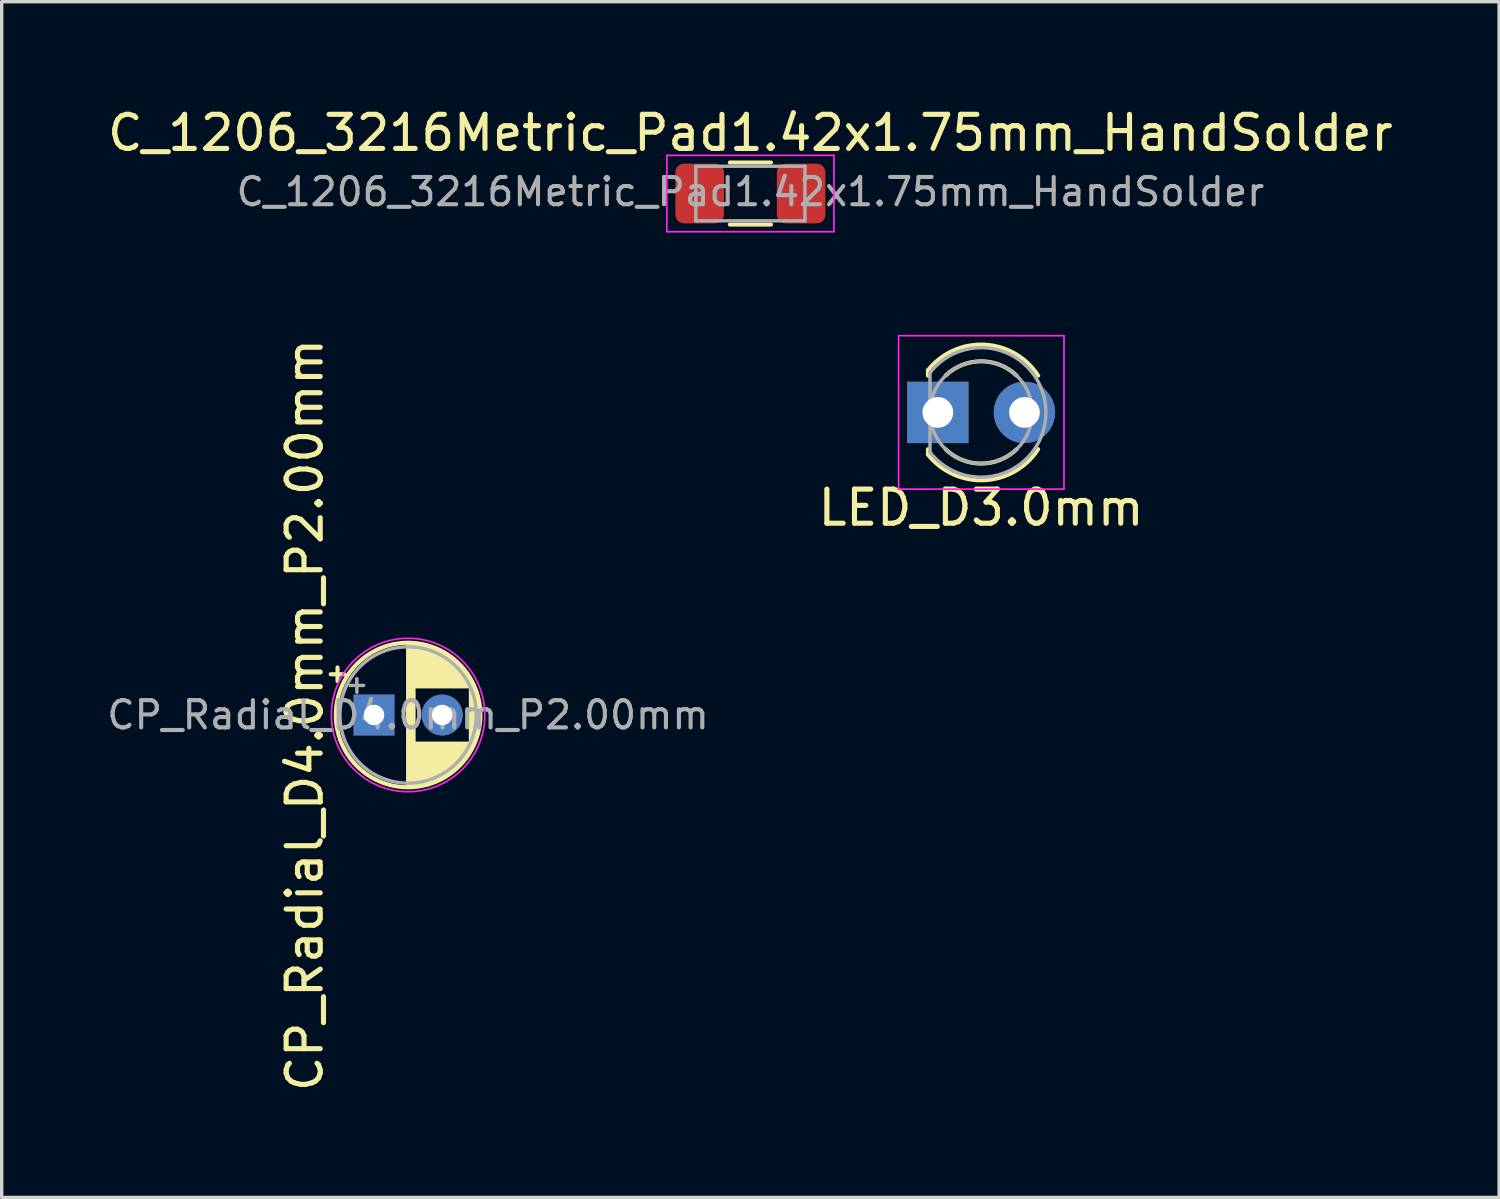
<source format=kicad_pcb>
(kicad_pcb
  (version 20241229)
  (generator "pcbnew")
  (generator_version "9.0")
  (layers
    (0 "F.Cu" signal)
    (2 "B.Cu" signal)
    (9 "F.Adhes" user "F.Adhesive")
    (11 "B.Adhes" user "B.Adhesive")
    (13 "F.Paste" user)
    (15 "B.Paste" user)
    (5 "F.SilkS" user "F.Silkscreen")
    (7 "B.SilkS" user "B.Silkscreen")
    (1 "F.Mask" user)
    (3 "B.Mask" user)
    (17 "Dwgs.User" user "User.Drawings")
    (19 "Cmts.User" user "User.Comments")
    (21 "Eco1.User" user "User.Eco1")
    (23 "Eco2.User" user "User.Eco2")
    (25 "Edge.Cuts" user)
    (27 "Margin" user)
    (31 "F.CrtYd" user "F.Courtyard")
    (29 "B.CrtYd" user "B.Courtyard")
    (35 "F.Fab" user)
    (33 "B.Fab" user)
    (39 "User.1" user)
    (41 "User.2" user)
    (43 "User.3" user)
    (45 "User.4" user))
  (footprint "LED_D3.0mm"
    (layer "F.Cu")
    (at 24.455 9.046)
    (property "Reference" "LED_D3.0mm" (at 1.27 2.794 0) (layer "F.SilkS") (effects (font (size 1 1) (thickness 0.15))))
    (attr through_hole)
    (fp_line (start -0.29 -1.236) (end -0.29 -1.08) (stroke (width 0.12) (type solid)) (layer "F.SilkS"))
    (fp_line (start -0.29 1.08) (end -0.29 1.236) (stroke (width 0.12) (type solid)) (layer "F.SilkS"))
    (fp_arc (start -0.29 -1.235516) (mid 1.366487 -1.987659) (end 2.942335 -1.078608) (stroke (width 0.12) (type solid)) (layer "F.SilkS"))
    (fp_arc (start 0.229039 -1.08) (mid 1.270117 -1.5) (end 2.31113 -1.079837) (stroke (width 0.12) (type solid)) (layer "F.SilkS"))
    (fp_arc (start 2.31113 1.079837) (mid 1.270117 1.5) (end 0.229039 1.08) (stroke (width 0.12) (type solid)) (layer "F.SilkS"))
    (fp_arc (start 2.942335 1.078608) (mid 1.366487 1.987659) (end -0.29 1.235516) (stroke (width 0.12) (type solid)) (layer "F.SilkS"))
    (fp_line (start -1.15 -2.25) (end -1.15 2.25) (stroke (width 0.05) (type solid)) (layer "F.CrtYd"))
    (fp_line (start -1.15 2.25) (end 3.7 2.25) (stroke (width 0.05) (type solid)) (layer "F.CrtYd"))
    (fp_line (start 3.7 -2.25) (end -1.15 -2.25) (stroke (width 0.05) (type solid)) (layer "F.CrtYd"))
    (fp_line (start 3.7 2.25) (end 3.7 -2.25) (stroke (width 0.05) (type solid)) (layer "F.CrtYd"))
    (fp_line (start -0.23 -1.166) (end -0.23 1.166) (stroke (width 0.1) (type solid)) (layer "F.Fab"))
    (fp_arc (start -0.23 -1.16619) (mid 3.17 0.000452) (end -0.230555 1.165476) (stroke (width 0.1) (type solid)) (layer "F.Fab"))
    (fp_circle (center 1.27 0) (end 2.77 0) (stroke (width 0.1) (type solid)) (fill no) (layer "F.Fab"))
    (pad "1" thru_hole rect (at 0 0) (size 1.8 1.8) (drill 0.9) (layers "*.Cu" "*.Mask"))
    (pad "2" thru_hole circle (at 2.54 0) (size 1.8 1.8) (drill 0.9) (layers "*.Cu" "*.Mask")))
  (footprint "CP_Radial_D4.0mm_P2.00mm"
    (layer "F.Cu")
    (at 7.919 17.92)
    (property "Reference" "CP_Radial_D4.0mm_P2.00mm" (at -2.032 0 270) (layer "F.SilkS") (effects (font (size 1 1) (thickness 0.15))))
    (attr through_hole)
    (fp_line (start -1.27 -1.195) (end -0.87 -1.195) (stroke (width 0.12) (type solid)) (layer "F.SilkS"))
    (fp_line (start -1.07 -1.395) (end -1.07 -0.995) (stroke (width 0.12) (type solid)) (layer "F.SilkS"))
    (fp_line (start 1 -2.08) (end 1 2.08) (stroke (width 0.12) (type solid)) (layer "F.SilkS"))
    (fp_line (start 1.04 -2.08) (end 1.04 2.08) (stroke (width 0.12) (type solid)) (layer "F.SilkS"))
    (fp_line (start 1.08 -2.079) (end 1.08 2.079) (stroke (width 0.12) (type solid)) (layer "F.SilkS"))
    (fp_line (start 1.12 -2.077) (end 1.12 2.077) (stroke (width 0.12) (type solid)) (layer "F.SilkS"))
    (fp_line (start 1.16 -2.074) (end 1.16 2.074) (stroke (width 0.12) (type solid)) (layer "F.SilkS"))
    (fp_line (start 1.2 -2.071) (end 1.2 -0.84) (stroke (width 0.12) (type solid)) (layer "F.SilkS"))
    (fp_line (start 1.2 0.84) (end 1.2 2.071) (stroke (width 0.12) (type solid)) (layer "F.SilkS"))
    (fp_line (start 1.24 -2.067) (end 1.24 -0.84) (stroke (width 0.12) (type solid)) (layer "F.SilkS"))
    (fp_line (start 1.24 0.84) (end 1.24 2.067) (stroke (width 0.12) (type solid)) (layer "F.SilkS"))
    (fp_line (start 1.28 -2.062) (end 1.28 -0.84) (stroke (width 0.12) (type solid)) (layer "F.SilkS"))
    (fp_line (start 1.28 0.84) (end 1.28 2.062) (stroke (width 0.12) (type solid)) (layer "F.SilkS"))
    (fp_line (start 1.32 -2.056) (end 1.32 -0.84) (stroke (width 0.12) (type solid)) (layer "F.SilkS"))
    (fp_line (start 1.32 0.84) (end 1.32 2.056) (stroke (width 0.12) (type solid)) (layer "F.SilkS"))
    (fp_line (start 1.36 -2.05) (end 1.36 -0.84) (stroke (width 0.12) (type solid)) (layer "F.SilkS"))
    (fp_line (start 1.36 0.84) (end 1.36 2.05) (stroke (width 0.12) (type solid)) (layer "F.SilkS"))
    (fp_line (start 1.4 -2.042) (end 1.4 -0.84) (stroke (width 0.12) (type solid)) (layer "F.SilkS"))
    (fp_line (start 1.4 0.84) (end 1.4 2.042) (stroke (width 0.12) (type solid)) (layer "F.SilkS"))
    (fp_line (start 1.44 -2.034) (end 1.44 -0.84) (stroke (width 0.12) (type solid)) (layer "F.SilkS"))
    (fp_line (start 1.44 0.84) (end 1.44 2.034) (stroke (width 0.12) (type solid)) (layer "F.SilkS"))
    (fp_line (start 1.48 -2.025) (end 1.48 -0.84) (stroke (width 0.12) (type solid)) (layer "F.SilkS"))
    (fp_line (start 1.48 0.84) (end 1.48 2.025) (stroke (width 0.12) (type solid)) (layer "F.SilkS"))
    (fp_line (start 1.52 -2.016) (end 1.52 -0.84) (stroke (width 0.12) (type solid)) (layer "F.SilkS"))
    (fp_line (start 1.52 0.84) (end 1.52 2.016) (stroke (width 0.12) (type solid)) (layer "F.SilkS"))
    (fp_line (start 1.56 -2.005) (end 1.56 -0.84) (stroke (width 0.12) (type solid)) (layer "F.SilkS"))
    (fp_line (start 1.56 0.84) (end 1.56 2.005) (stroke (width 0.12) (type solid)) (layer "F.SilkS"))
    (fp_line (start 1.6 -1.994) (end 1.6 -0.84) (stroke (width 0.12) (type solid)) (layer "F.SilkS"))
    (fp_line (start 1.6 0.84) (end 1.6 1.994) (stroke (width 0.12) (type solid)) (layer "F.SilkS"))
    (fp_line (start 1.64 -1.982) (end 1.64 -0.84) (stroke (width 0.12) (type solid)) (layer "F.SilkS"))
    (fp_line (start 1.64 0.84) (end 1.64 1.982) (stroke (width 0.12) (type solid)) (layer "F.SilkS"))
    (fp_line (start 1.68 -1.968) (end 1.68 -0.84) (stroke (width 0.12) (type solid)) (layer "F.SilkS"))
    (fp_line (start 1.68 0.84) (end 1.68 1.968) (stroke (width 0.12) (type solid)) (layer "F.SilkS"))
    (fp_line (start 1.721 -1.954) (end 1.721 -0.84) (stroke (width 0.12) (type solid)) (layer "F.SilkS"))
    (fp_line (start 1.721 0.84) (end 1.721 1.954) (stroke (width 0.12) (type solid)) (layer "F.SilkS"))
    (fp_line (start 1.761 -1.94) (end 1.761 -0.84) (stroke (width 0.12) (type solid)) (layer "F.SilkS"))
    (fp_line (start 1.761 0.84) (end 1.761 1.94) (stroke (width 0.12) (type solid)) (layer "F.SilkS"))
    (fp_line (start 1.801 -1.924) (end 1.801 -0.84) (stroke (width 0.12) (type solid)) (layer "F.SilkS"))
    (fp_line (start 1.801 0.84) (end 1.801 1.924) (stroke (width 0.12) (type solid)) (layer "F.SilkS"))
    (fp_line (start 1.841 -1.907) (end 1.841 -0.84) (stroke (width 0.12) (type solid)) (layer "F.SilkS"))
    (fp_line (start 1.841 0.84) (end 1.841 1.907) (stroke (width 0.12) (type solid)) (layer "F.SilkS"))
    (fp_line (start 1.881 -1.889) (end 1.881 -0.84) (stroke (width 0.12) (type solid)) (layer "F.SilkS"))
    (fp_line (start 1.881 0.84) (end 1.881 1.889) (stroke (width 0.12) (type solid)) (layer "F.SilkS"))
    (fp_line (start 1.921 -1.87) (end 1.921 -0.84) (stroke (width 0.12) (type solid)) (layer "F.SilkS"))
    (fp_line (start 1.921 0.84) (end 1.921 1.87) (stroke (width 0.12) (type solid)) (layer "F.SilkS"))
    (fp_line (start 1.961 -1.851) (end 1.961 -0.84) (stroke (width 0.12) (type solid)) (layer "F.SilkS"))
    (fp_line (start 1.961 0.84) (end 1.961 1.851) (stroke (width 0.12) (type solid)) (layer "F.SilkS"))
    (fp_line (start 2.001 -1.83) (end 2.001 -0.84) (stroke (width 0.12) (type solid)) (layer "F.SilkS"))
    (fp_line (start 2.001 0.84) (end 2.001 1.83) (stroke (width 0.12) (type solid)) (layer "F.SilkS"))
    (fp_line (start 2.041 -1.808) (end 2.041 -0.84) (stroke (width 0.12) (type solid)) (layer "F.SilkS"))
    (fp_line (start 2.041 0.84) (end 2.041 1.808) (stroke (width 0.12) (type solid)) (layer "F.SilkS"))
    (fp_line (start 2.081 -1.785) (end 2.081 -0.84) (stroke (width 0.12) (type solid)) (layer "F.SilkS"))
    (fp_line (start 2.081 0.84) (end 2.081 1.785) (stroke (width 0.12) (type solid)) (layer "F.SilkS"))
    (fp_line (start 2.121 -1.76) (end 2.121 -0.84) (stroke (width 0.12) (type solid)) (layer "F.SilkS"))
    (fp_line (start 2.121 0.84) (end 2.121 1.76) (stroke (width 0.12) (type solid)) (layer "F.SilkS"))
    (fp_line (start 2.161 -1.735) (end 2.161 -0.84) (stroke (width 0.12) (type solid)) (layer "F.SilkS"))
    (fp_line (start 2.161 0.84) (end 2.161 1.735) (stroke (width 0.12) (type solid)) (layer "F.SilkS"))
    (fp_line (start 2.201 -1.708) (end 2.201 -0.84) (stroke (width 0.12) (type solid)) (layer "F.SilkS"))
    (fp_line (start 2.201 0.84) (end 2.201 1.708) (stroke (width 0.12) (type solid)) (layer "F.SilkS"))
    (fp_line (start 2.241 -1.68) (end 2.241 -0.84) (stroke (width 0.12) (type solid)) (layer "F.SilkS"))
    (fp_line (start 2.241 0.84) (end 2.241 1.68) (stroke (width 0.12) (type solid)) (layer "F.SilkS"))
    (fp_line (start 2.281 -1.65) (end 2.281 -0.84) (stroke (width 0.12) (type solid)) (layer "F.SilkS"))
    (fp_line (start 2.281 0.84) (end 2.281 1.65) (stroke (width 0.12) (type solid)) (layer "F.SilkS"))
    (fp_line (start 2.321 -1.619) (end 2.321 -0.84) (stroke (width 0.12) (type solid)) (layer "F.SilkS"))
    (fp_line (start 2.321 0.84) (end 2.321 1.619) (stroke (width 0.12) (type solid)) (layer "F.SilkS"))
    (fp_line (start 2.361 -1.587) (end 2.361 -0.84) (stroke (width 0.12) (type solid)) (layer "F.SilkS"))
    (fp_line (start 2.361 0.84) (end 2.361 1.587) (stroke (width 0.12) (type solid)) (layer "F.SilkS"))
    (fp_line (start 2.401 -1.552) (end 2.401 -0.84) (stroke (width 0.12) (type solid)) (layer "F.SilkS"))
    (fp_line (start 2.401 0.84) (end 2.401 1.552) (stroke (width 0.12) (type solid)) (layer "F.SilkS"))
    (fp_line (start 2.441 -1.516) (end 2.441 -0.84) (stroke (width 0.12) (type solid)) (layer "F.SilkS"))
    (fp_line (start 2.441 0.84) (end 2.441 1.516) (stroke (width 0.12) (type solid)) (layer "F.SilkS"))
    (fp_line (start 2.481 -1.478) (end 2.481 -0.84) (stroke (width 0.12) (type solid)) (layer "F.SilkS"))
    (fp_line (start 2.481 0.84) (end 2.481 1.478) (stroke (width 0.12) (type solid)) (layer "F.SilkS"))
    (fp_line (start 2.521 -1.438) (end 2.521 -0.84) (stroke (width 0.12) (type solid)) (layer "F.SilkS"))
    (fp_line (start 2.521 0.84) (end 2.521 1.438) (stroke (width 0.12) (type solid)) (layer "F.SilkS"))
    (fp_line (start 2.561 -1.396) (end 2.561 -0.84) (stroke (width 0.12) (type solid)) (layer "F.SilkS"))
    (fp_line (start 2.561 0.84) (end 2.561 1.396) (stroke (width 0.12) (type solid)) (layer "F.SilkS"))
    (fp_line (start 2.601 -1.351) (end 2.601 -0.84) (stroke (width 0.12) (type solid)) (layer "F.SilkS"))
    (fp_line (start 2.601 0.84) (end 2.601 1.351) (stroke (width 0.12) (type solid)) (layer "F.SilkS"))
    (fp_line (start 2.641 -1.304) (end 2.641 -0.84) (stroke (width 0.12) (type solid)) (layer "F.SilkS"))
    (fp_line (start 2.641 0.84) (end 2.641 1.304) (stroke (width 0.12) (type solid)) (layer "F.SilkS"))
    (fp_line (start 2.681 -1.254) (end 2.681 -0.84) (stroke (width 0.12) (type solid)) (layer "F.SilkS"))
    (fp_line (start 2.681 0.84) (end 2.681 1.254) (stroke (width 0.12) (type solid)) (layer "F.SilkS"))
    (fp_line (start 2.721 -1.2) (end 2.721 -0.84) (stroke (width 0.12) (type solid)) (layer "F.SilkS"))
    (fp_line (start 2.721 0.84) (end 2.721 1.2) (stroke (width 0.12) (type solid)) (layer "F.SilkS"))
    (fp_line (start 2.761 -1.142) (end 2.761 -0.84) (stroke (width 0.12) (type solid)) (layer "F.SilkS"))
    (fp_line (start 2.761 0.84) (end 2.761 1.142) (stroke (width 0.12) (type solid)) (layer "F.SilkS"))
    (fp_line (start 2.801 -1.08) (end 2.801 -0.84) (stroke (width 0.12) (type solid)) (layer "F.SilkS"))
    (fp_line (start 2.801 0.84) (end 2.801 1.08) (stroke (width 0.12) (type solid)) (layer "F.SilkS"))
    (fp_line (start 2.841 -1.013) (end 2.841 1.013) (stroke (width 0.12) (type solid)) (layer "F.SilkS"))
    (fp_line (start 2.881 -0.94) (end 2.881 0.94) (stroke (width 0.12) (type solid)) (layer "F.SilkS"))
    (fp_line (start 2.921 -0.859) (end 2.921 0.859) (stroke (width 0.12) (type solid)) (layer "F.SilkS"))
    (fp_line (start 2.961 -0.768) (end 2.961 0.768) (stroke (width 0.12) (type solid)) (layer "F.SilkS"))
    (fp_line (start 3.001 -0.664) (end 3.001 0.664) (stroke (width 0.12) (type solid)) (layer "F.SilkS"))
    (fp_line (start 3.041 -0.537) (end 3.041 0.537) (stroke (width 0.12) (type solid)) (layer "F.SilkS"))
    (fp_line (start 3.081 -0.37) (end 3.081 0.37) (stroke (width 0.12) (type solid)) (layer "F.SilkS"))
    (fp_circle (center 1 0) (end 3.12 0) (stroke (width 0.12) (type solid)) (fill no) (layer "F.SilkS"))
    (fp_circle (center 1 0) (end 3.25 0) (stroke (width 0.05) (type solid)) (fill no) (layer "F.CrtYd"))
    (fp_line (start -0.703 -0.868) (end -0.303 -0.868) (stroke (width 0.1) (type solid)) (layer "F.Fab"))
    (fp_line (start -0.503 -1.067) (end -0.503 -0.667) (stroke (width 0.1) (type solid)) (layer "F.Fab"))
    (fp_circle (center 1 0) (end 3 0) (stroke (width 0.1) (type solid)) (fill no) (layer "F.Fab"))
    (fp_text user "${REFERENCE}" (at 1 0 180) (layer "F.Fab") (effects (font (size 0.8 0.8) (thickness 0.12))))
    (pad "1" thru_hole rect (at 0 0) (size 1.2 1.2) (drill 0.6) (layers "*.Cu" "*.Mask"))
    (pad "2" thru_hole circle (at 2 0) (size 1.2 1.2) (drill 0.6) (layers "*.Cu" "*.Mask")))
  (footprint "C_1206_3216Metric_Pad1.42x1.75mm_HandSolder"
    (layer "F.Cu")
    (at 18.958 2.626)
    (property "Reference" "C_1206_3216Metric_Pad1.42x1.75mm_HandSolder" (at 0 -1.778 180) (layer "F.SilkS") (effects (font (size 1 1) (thickness 0.15))))
    (attr smd)
    (fp_line (start -0.602 -0.91) (end 0.602 -0.91) (stroke (width 0.12) (type solid)) (layer "F.SilkS"))
    (fp_line (start -0.602 0.91) (end 0.602 0.91) (stroke (width 0.12) (type solid)) (layer "F.SilkS"))
    (fp_line (start -2.45 -1.12) (end 2.45 -1.12) (stroke (width 0.05) (type solid)) (layer "F.CrtYd"))
    (fp_line (start -2.45 1.12) (end -2.45 -1.12) (stroke (width 0.05) (type solid)) (layer "F.CrtYd"))
    (fp_line (start 2.45 -1.12) (end 2.45 1.12) (stroke (width 0.05) (type solid)) (layer "F.CrtYd"))
    (fp_line (start 2.45 1.12) (end -2.45 1.12) (stroke (width 0.05) (type solid)) (layer "F.CrtYd"))
    (fp_line (start -1.6 -0.8) (end 1.6 -0.8) (stroke (width 0.1) (type solid)) (layer "F.Fab"))
    (fp_line (start -1.6 0.8) (end -1.6 -0.8) (stroke (width 0.1) (type solid)) (layer "F.Fab"))
    (fp_line (start 1.6 -0.8) (end 1.6 0.8) (stroke (width 0.1) (type solid)) (layer "F.Fab"))
    (fp_line (start 1.6 0.8) (end -1.6 0.8) (stroke (width 0.1) (type solid)) (layer "F.Fab"))
    (fp_text user "${REFERENCE}" (at 0 -0.05 180) (layer "F.Fab") (effects (font (size 0.8 0.8) (thickness 0.12))))
    (pad "1" smd roundrect (at -1.488 0) (size 1.425 1.75) (layers "F.Cu" "F.Mask" "F.Paste") (roundrect_rratio 0.175))
    (pad "2" smd roundrect (at 1.488 0) (size 1.425 1.75) (layers "F.Cu" "F.Mask" "F.Paste") (roundrect_rratio 0.175)))
  (gr_rect
    (start -3 -3)
    (end 40.917 32.069)
    (stroke (width 0.1) (type default))
    (fill no)
    (layer "Edge.Cuts")))
</source>
